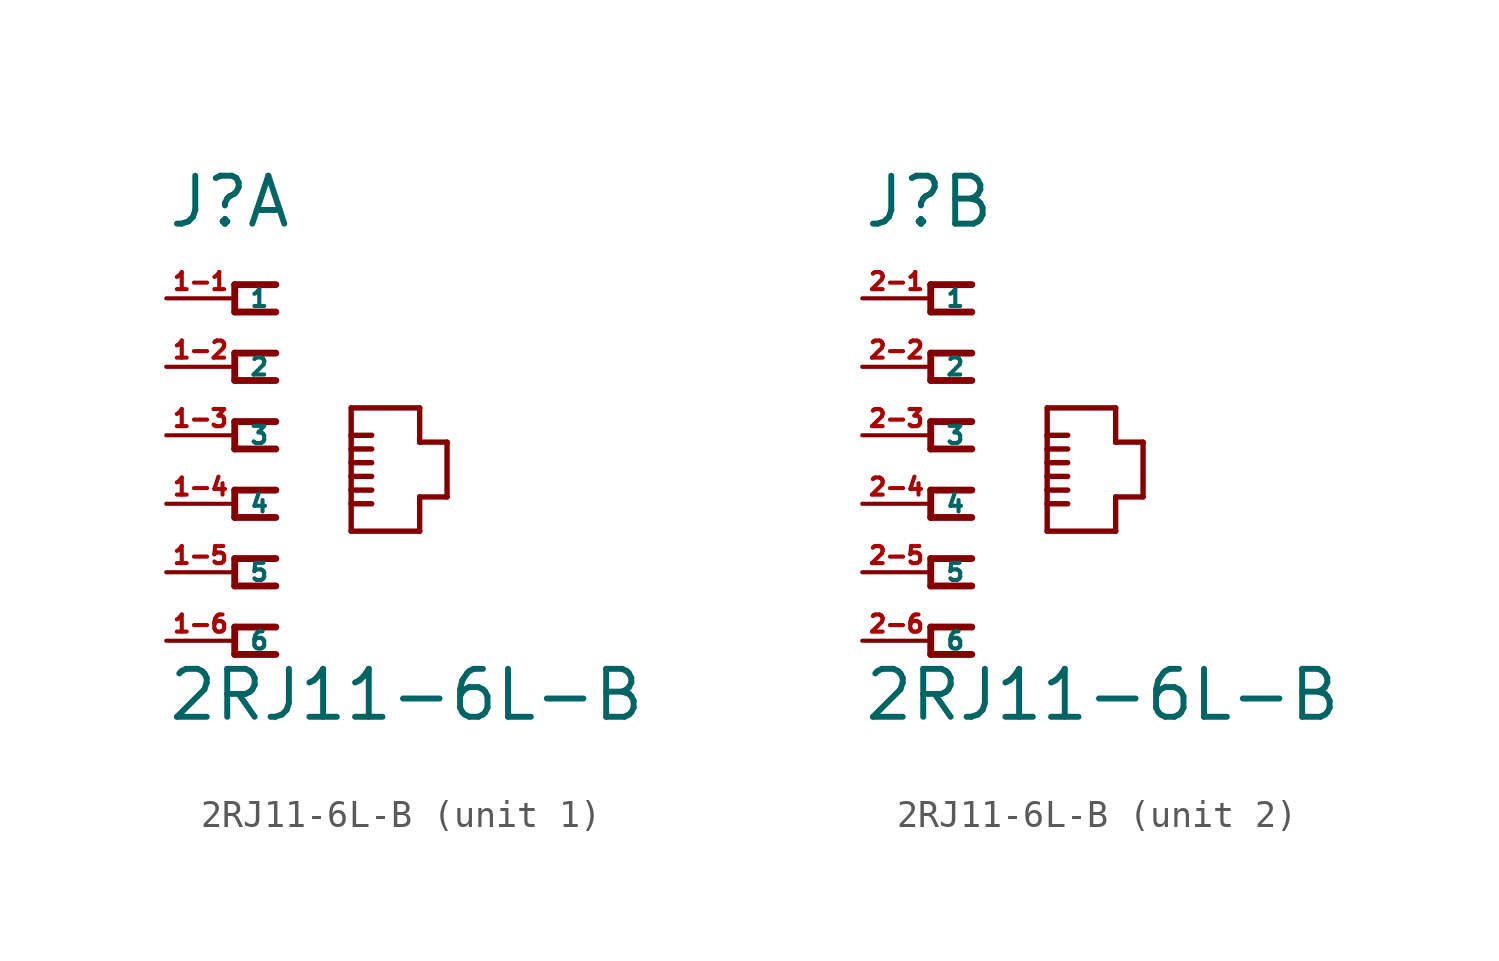
<source format=kicad_sym>
(kicad_symbol_lib
  (version 20220914)
  (generator Eagle2Kicad)
  (symbol "2RJ11-6L-B"
    (property "Reference" "J"
      (at -2.54 7.62 0)
      (effects (font (size 1.778 1.778) (thickness 0.22)) (justify left bottom)))
    (property "Value" "2RJ11-6L-B"
      (at -2.54 -10.668 0)
      (effects (font (size 1.778 1.778) (thickness 0.22)) (justify left bottom)))
    (symbol "2RJ11-6L-B_1_0"
      (polyline (pts (xy 1.524 5.588) (xy 0 5.588)) (stroke (width 0.254) (type default)) (fill (type none)))
      (polyline (pts (xy 0 5.588) (xy 0 4.572)) (stroke (width 0.254) (type default)) (fill (type none)))
      (polyline (pts (xy 0 4.572) (xy 1.524 4.572)) (stroke (width 0.254) (type default)) (fill (type none)))
      (polyline (pts (xy 1.524 3.048) (xy 0 3.048)) (stroke (width 0.254) (type default)) (fill (type none)))
      (polyline (pts (xy 0 3.048) (xy 0 2.032)) (stroke (width 0.254) (type default)) (fill (type none)))
      (polyline (pts (xy 0 2.032) (xy 1.524 2.032)) (stroke (width 0.254) (type default)) (fill (type none)))
      (polyline (pts (xy 1.524 0.508) (xy 0 0.508)) (stroke (width 0.254) (type default)) (fill (type none)))
      (polyline (pts (xy 0 0.508) (xy 0 -0.508)) (stroke (width 0.254) (type default)) (fill (type none)))
      (polyline (pts (xy 0 -0.508) (xy 1.524 -0.508)) (stroke (width 0.254) (type default)) (fill (type none)))
      (polyline (pts (xy 1.524 -2.032) (xy 0 -2.032)) (stroke (width 0.254) (type default)) (fill (type none)))
      (polyline (pts (xy 0 -2.032) (xy 0 -3.048)) (stroke (width 0.254) (type default)) (fill (type none)))
      (polyline (pts (xy 0 -3.048) (xy 1.524 -3.048)) (stroke (width 0.254) (type default)) (fill (type none)))
      (polyline (pts (xy 1.524 -4.572) (xy 0 -4.572)) (stroke (width 0.254) (type default)) (fill (type none)))
      (polyline (pts (xy 0 -4.572) (xy 0 -5.588)) (stroke (width 0.254) (type default)) (fill (type none)))
      (polyline (pts (xy 0 -5.588) (xy 1.524 -5.588)) (stroke (width 0.254) (type default)) (fill (type none)))
      (polyline (pts (xy 1.524 -7.112) (xy 0 -7.112)) (stroke (width 0.254) (type default)) (fill (type none)))
      (polyline (pts (xy 0 -7.112) (xy 0 -8.128)) (stroke (width 0.254) (type default)) (fill (type none)))
      (polyline (pts (xy 0 -8.128) (xy 1.524 -8.128)) (stroke (width 0.254) (type default)) (fill (type none)))
      (polyline (pts (xy 4.318 -3.556) (xy 6.858 -3.556)) (stroke (width 0.2) (type default)) (fill (type none)))
      (polyline (pts (xy 6.858 -3.556) (xy 6.858 -2.286)) (stroke (width 0.2) (type default)) (fill (type none)))
      (polyline (pts (xy 6.858 -2.286) (xy 7.874 -2.286)) (stroke (width 0.2) (type default)) (fill (type none)))
      (polyline (pts (xy 7.874 -2.286) (xy 7.874 -0.254)) (stroke (width 0.2) (type default)) (fill (type none)))
      (polyline (pts (xy 7.874 -0.254) (xy 6.858 -0.254)) (stroke (width 0.2) (type default)) (fill (type none)))
      (polyline (pts (xy 6.858 -0.254) (xy 6.858 1.016)) (stroke (width 0.2) (type default)) (fill (type none)))
      (polyline (pts (xy 6.858 1.016) (xy 4.318 1.016)) (stroke (width 0.2) (type default)) (fill (type none)))
      (polyline (pts (xy 4.318 1.016) (xy 4.318 0)) (stroke (width 0.2) (type default)) (fill (type none)))
      (polyline (pts (xy 4.318 0) (xy 4.318 -0.508)) (stroke (width 0.2) (type default)) (fill (type none)))
      (polyline (pts (xy 4.318 -0.508) (xy 4.318 -1.016)) (stroke (width 0.2) (type default)) (fill (type none)))
      (polyline (pts (xy 4.318 -1.016) (xy 4.318 -1.524)) (stroke (width 0.2) (type default)) (fill (type none)))
      (polyline (pts (xy 4.318 -1.524) (xy 4.318 -2.032)) (stroke (width 0.2) (type default)) (fill (type none)))
      (polyline (pts (xy 4.318 -2.032) (xy 4.318 -2.54)) (stroke (width 0.2) (type default)) (fill (type none)))
      (polyline (pts (xy 4.318 -2.54) (xy 4.318 -3.556)) (stroke (width 0.2) (type default)) (fill (type none)))
      (polyline (pts (xy 4.318 0) (xy 5.08 0)) (stroke (width 0.2) (type default)) (fill (type none)))
      (polyline (pts (xy 4.318 -0.508) (xy 5.08 -0.508)) (stroke (width 0.2) (type default)) (fill (type none)))
      (polyline (pts (xy 4.318 -1.016) (xy 5.08 -1.016)) (stroke (width 0.2) (type default)) (fill (type none)))
      (polyline (pts (xy 4.318 -1.524) (xy 5.08 -1.524)) (stroke (width 0.2) (type default)) (fill (type none)))
      (polyline (pts (xy 4.318 -2.032) (xy 5.08 -2.032)) (stroke (width 0.2) (type default)) (fill (type none)))
      (polyline (pts (xy 4.318 -2.54) (xy 5.08 -2.54)) (stroke (width 0.2) (type default)) (fill (type none)))
      (pin passive line (at -2.54 5.08 0) (length 2.54) (name "1" (effects (font (size 0.635 0.635) (thickness 0.08)) (justify left bottom))) (number "1-1" (effects (font (size 0.635 0.635) (thickness 0.08)) (justify left bottom))))
      (pin passive line (at -2.54 2.54 0) (length 2.54) (name "2" (effects (font (size 0.635 0.635) (thickness 0.08)) (justify left bottom))) (number "1-2" (effects (font (size 0.635 0.635) (thickness 0.08)) (justify left bottom))))
      (pin passive line (at -2.54 0 0) (length 2.54) (name "3" (effects (font (size 0.635 0.635) (thickness 0.08)) (justify left bottom))) (number "1-3" (effects (font (size 0.635 0.635) (thickness 0.08)) (justify left bottom))))
      (pin passive line (at -2.54 -2.54 0) (length 2.54) (name "4" (effects (font (size 0.635 0.635) (thickness 0.08)) (justify left bottom))) (number "1-4" (effects (font (size 0.635 0.635) (thickness 0.08)) (justify left bottom))))
      (pin passive line (at -2.54 -5.08 0) (length 2.54) (name "5" (effects (font (size 0.635 0.635) (thickness 0.08)) (justify left bottom))) (number "1-5" (effects (font (size 0.635 0.635) (thickness 0.08)) (justify left bottom))))
      (pin passive line (at -2.54 -7.62 0) (length 2.54) (name "6" (effects (font (size 0.635 0.635) (thickness 0.08)) (justify left bottom))) (number "1-6" (effects (font (size 0.635 0.635) (thickness 0.08)) (justify left bottom)))))
    (symbol "2RJ11-6L-B_2_0"
      (polyline (pts (xy 1.524 5.588) (xy 0 5.588)) (stroke (width 0.254) (type default)) (fill (type none)))
      (polyline (pts (xy 0 5.588) (xy 0 4.572)) (stroke (width 0.254) (type default)) (fill (type none)))
      (polyline (pts (xy 0 4.572) (xy 1.524 4.572)) (stroke (width 0.254) (type default)) (fill (type none)))
      (polyline (pts (xy 1.524 3.048) (xy 0 3.048)) (stroke (width 0.254) (type default)) (fill (type none)))
      (polyline (pts (xy 0 3.048) (xy 0 2.032)) (stroke (width 0.254) (type default)) (fill (type none)))
      (polyline (pts (xy 0 2.032) (xy 1.524 2.032)) (stroke (width 0.254) (type default)) (fill (type none)))
      (polyline (pts (xy 1.524 0.508) (xy 0 0.508)) (stroke (width 0.254) (type default)) (fill (type none)))
      (polyline (pts (xy 0 0.508) (xy 0 -0.508)) (stroke (width 0.254) (type default)) (fill (type none)))
      (polyline (pts (xy 0 -0.508) (xy 1.524 -0.508)) (stroke (width 0.254) (type default)) (fill (type none)))
      (polyline (pts (xy 1.524 -2.032) (xy 0 -2.032)) (stroke (width 0.254) (type default)) (fill (type none)))
      (polyline (pts (xy 0 -2.032) (xy 0 -3.048)) (stroke (width 0.254) (type default)) (fill (type none)))
      (polyline (pts (xy 0 -3.048) (xy 1.524 -3.048)) (stroke (width 0.254) (type default)) (fill (type none)))
      (polyline (pts (xy 1.524 -4.572) (xy 0 -4.572)) (stroke (width 0.254) (type default)) (fill (type none)))
      (polyline (pts (xy 0 -4.572) (xy 0 -5.588)) (stroke (width 0.254) (type default)) (fill (type none)))
      (polyline (pts (xy 0 -5.588) (xy 1.524 -5.588)) (stroke (width 0.254) (type default)) (fill (type none)))
      (polyline (pts (xy 1.524 -7.112) (xy 0 -7.112)) (stroke (width 0.254) (type default)) (fill (type none)))
      (polyline (pts (xy 0 -7.112) (xy 0 -8.128)) (stroke (width 0.254) (type default)) (fill (type none)))
      (polyline (pts (xy 0 -8.128) (xy 1.524 -8.128)) (stroke (width 0.254) (type default)) (fill (type none)))
      (polyline (pts (xy 4.318 -3.556) (xy 6.858 -3.556)) (stroke (width 0.2) (type default)) (fill (type none)))
      (polyline (pts (xy 6.858 -3.556) (xy 6.858 -2.286)) (stroke (width 0.2) (type default)) (fill (type none)))
      (polyline (pts (xy 6.858 -2.286) (xy 7.874 -2.286)) (stroke (width 0.2) (type default)) (fill (type none)))
      (polyline (pts (xy 7.874 -2.286) (xy 7.874 -0.254)) (stroke (width 0.2) (type default)) (fill (type none)))
      (polyline (pts (xy 7.874 -0.254) (xy 6.858 -0.254)) (stroke (width 0.2) (type default)) (fill (type none)))
      (polyline (pts (xy 6.858 -0.254) (xy 6.858 1.016)) (stroke (width 0.2) (type default)) (fill (type none)))
      (polyline (pts (xy 6.858 1.016) (xy 4.318 1.016)) (stroke (width 0.2) (type default)) (fill (type none)))
      (polyline (pts (xy 4.318 1.016) (xy 4.318 0)) (stroke (width 0.2) (type default)) (fill (type none)))
      (polyline (pts (xy 4.318 0) (xy 4.318 -0.508)) (stroke (width 0.2) (type default)) (fill (type none)))
      (polyline (pts (xy 4.318 -0.508) (xy 4.318 -1.016)) (stroke (width 0.2) (type default)) (fill (type none)))
      (polyline (pts (xy 4.318 -1.016) (xy 4.318 -1.524)) (stroke (width 0.2) (type default)) (fill (type none)))
      (polyline (pts (xy 4.318 -1.524) (xy 4.318 -2.032)) (stroke (width 0.2) (type default)) (fill (type none)))
      (polyline (pts (xy 4.318 -2.032) (xy 4.318 -2.54)) (stroke (width 0.2) (type default)) (fill (type none)))
      (polyline (pts (xy 4.318 -2.54) (xy 4.318 -3.556)) (stroke (width 0.2) (type default)) (fill (type none)))
      (polyline (pts (xy 4.318 0) (xy 5.08 0)) (stroke (width 0.2) (type default)) (fill (type none)))
      (polyline (pts (xy 4.318 -0.508) (xy 5.08 -0.508)) (stroke (width 0.2) (type default)) (fill (type none)))
      (polyline (pts (xy 4.318 -1.016) (xy 5.08 -1.016)) (stroke (width 0.2) (type default)) (fill (type none)))
      (polyline (pts (xy 4.318 -1.524) (xy 5.08 -1.524)) (stroke (width 0.2) (type default)) (fill (type none)))
      (polyline (pts (xy 4.318 -2.032) (xy 5.08 -2.032)) (stroke (width 0.2) (type default)) (fill (type none)))
      (polyline (pts (xy 4.318 -2.54) (xy 5.08 -2.54)) (stroke (width 0.2) (type default)) (fill (type none)))
      (pin passive line (at -2.54 5.08 0) (length 2.54) (name "1" (effects (font (size 0.635 0.635) (thickness 0.08)) (justify left bottom))) (number "2-1" (effects (font (size 0.635 0.635) (thickness 0.08)) (justify left bottom))))
      (pin passive line (at -2.54 2.54 0) (length 2.54) (name "2" (effects (font (size 0.635 0.635) (thickness 0.08)) (justify left bottom))) (number "2-2" (effects (font (size 0.635 0.635) (thickness 0.08)) (justify left bottom))))
      (pin passive line (at -2.54 0 0) (length 2.54) (name "3" (effects (font (size 0.635 0.635) (thickness 0.08)) (justify left bottom))) (number "2-3" (effects (font (size 0.635 0.635) (thickness 0.08)) (justify left bottom))))
      (pin passive line (at -2.54 -2.54 0) (length 2.54) (name "4" (effects (font (size 0.635 0.635) (thickness 0.08)) (justify left bottom))) (number "2-4" (effects (font (size 0.635 0.635) (thickness 0.08)) (justify left bottom))))
      (pin passive line (at -2.54 -5.08 0) (length 2.54) (name "5" (effects (font (size 0.635 0.635) (thickness 0.08)) (justify left bottom))) (number "2-5" (effects (font (size 0.635 0.635) (thickness 0.08)) (justify left bottom))))
      (pin passive line (at -2.54 -7.62 0) (length 2.54) (name "6" (effects (font (size 0.635 0.635) (thickness 0.08)) (justify left bottom))) (number "2-6" (effects (font (size 0.635 0.635) (thickness 0.08)) (justify left bottom)))))))
</source>
